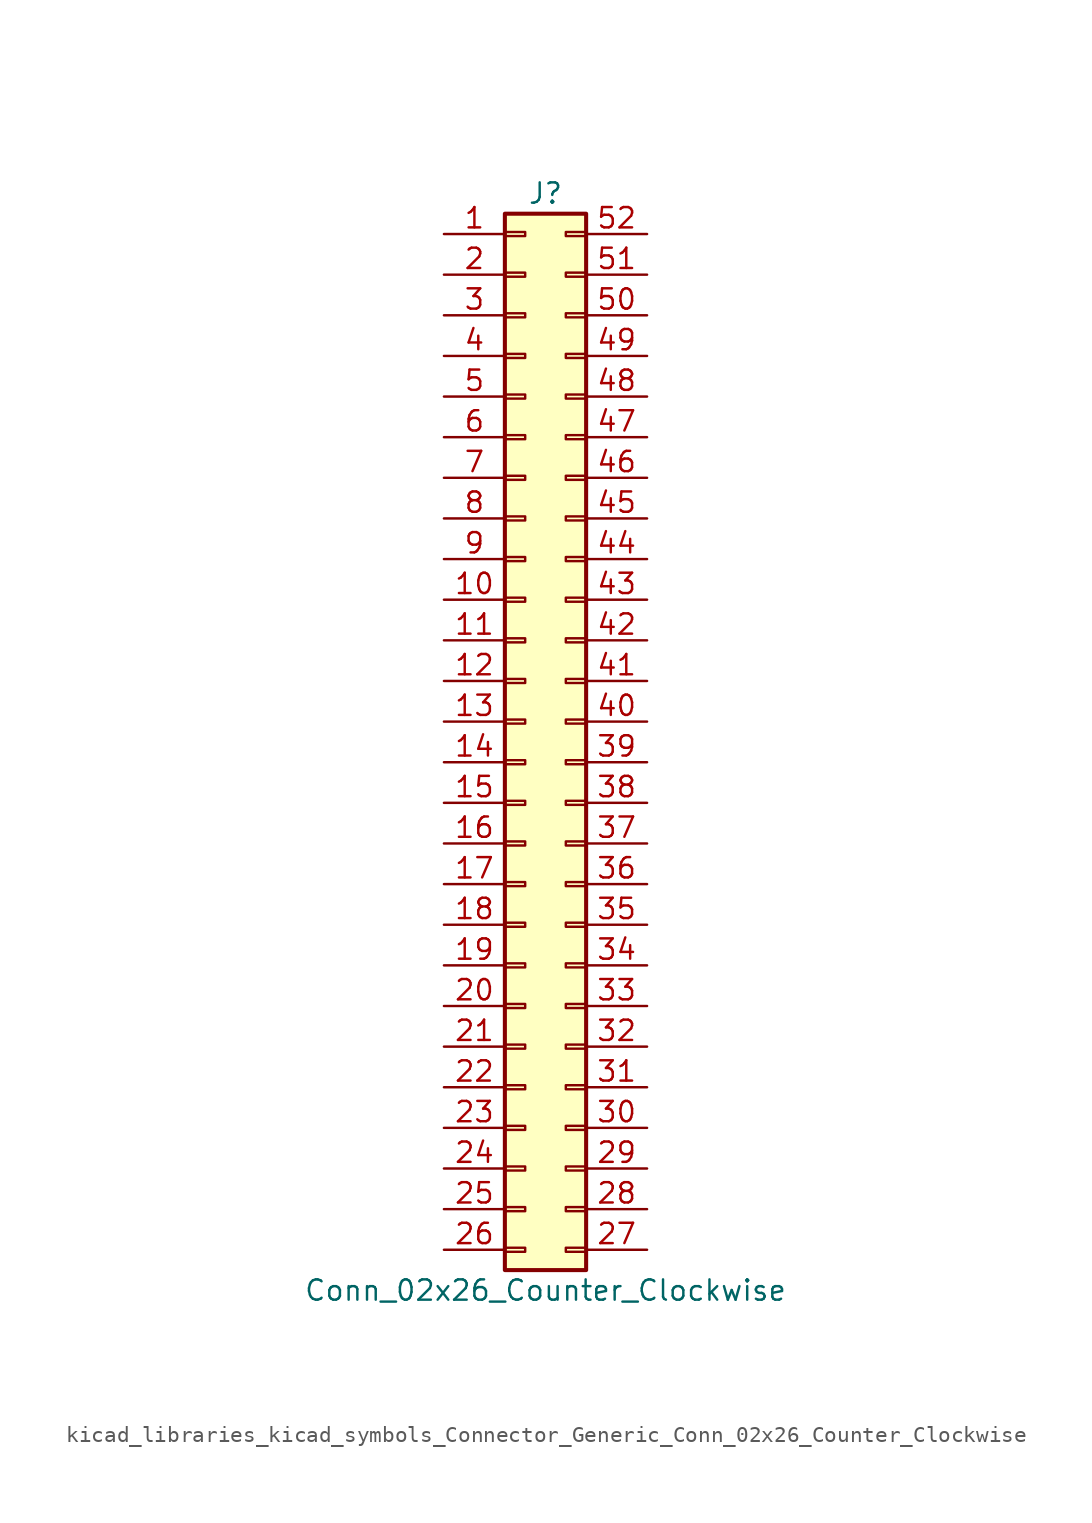
<source format=kicad_sym>
(kicad_symbol_lib
  (version 20220914)
  (generator kicad_symbol_editor)
  (symbol "kicad_libraries_kicad_symbols_Connector_Generic_Conn_02x26_Counter_Clockwise"
    (pin_names
      (offset 1.016) hide)
    (property "Reference" "J"
      (at 1.27 33.02 0)
      (effects (font (size 1.27 1.27))))
    (property "Value" "Conn_02x26_Counter_Clockwise"
      (at 1.27 -35.56 0)
      (effects (font (size 1.27 1.27))))
    (symbol "kicad_libraries_kicad_symbols_Connector_Generic_Conn_02x26_Counter_Clockwise_1_1"
      (rectangle (start -1.27 -32.893) (end 0 -33.147) (stroke (width 0.152) (type default)) (fill (type none)))
      (rectangle (start -1.27 -30.353) (end 0 -30.607) (stroke (width 0.152) (type default)) (fill (type none)))
      (rectangle (start -1.27 -27.813) (end 0 -28.067) (stroke (width 0.152) (type default)) (fill (type none)))
      (rectangle (start -1.27 -25.273) (end 0 -25.527) (stroke (width 0.152) (type default)) (fill (type none)))
      (rectangle (start -1.27 -22.733) (end 0 -22.987) (stroke (width 0.152) (type default)) (fill (type none)))
      (rectangle (start -1.27 -20.193) (end 0 -20.447) (stroke (width 0.152) (type default)) (fill (type none)))
      (rectangle (start -1.27 -17.653) (end 0 -17.907) (stroke (width 0.152) (type default)) (fill (type none)))
      (rectangle (start -1.27 -15.113) (end 0 -15.367) (stroke (width 0.152) (type default)) (fill (type none)))
      (rectangle (start -1.27 -12.573) (end 0 -12.827) (stroke (width 0.152) (type default)) (fill (type none)))
      (rectangle (start -1.27 -10.033) (end 0 -10.287) (stroke (width 0.152) (type default)) (fill (type none)))
      (rectangle (start -1.27 -7.493) (end 0 -7.747) (stroke (width 0.152) (type default)) (fill (type none)))
      (rectangle (start -1.27 -4.953) (end 0 -5.207) (stroke (width 0.152) (type default)) (fill (type none)))
      (rectangle (start -1.27 -2.413) (end 0 -2.667) (stroke (width 0.152) (type default)) (fill (type none)))
      (rectangle (start -1.27 0.127) (end 0 -0.127) (stroke (width 0.152) (type default)) (fill (type none)))
      (rectangle (start -1.27 2.667) (end 0 2.413) (stroke (width 0.152) (type default)) (fill (type none)))
      (rectangle (start -1.27 5.207) (end 0 4.953) (stroke (width 0.152) (type default)) (fill (type none)))
      (rectangle (start -1.27 7.747) (end 0 7.493) (stroke (width 0.152) (type default)) (fill (type none)))
      (rectangle (start -1.27 10.287) (end 0 10.033) (stroke (width 0.152) (type default)) (fill (type none)))
      (rectangle (start -1.27 12.827) (end 0 12.573) (stroke (width 0.152) (type default)) (fill (type none)))
      (rectangle (start -1.27 15.367) (end 0 15.113) (stroke (width 0.152) (type default)) (fill (type none)))
      (rectangle (start -1.27 17.907) (end 0 17.653) (stroke (width 0.152) (type default)) (fill (type none)))
      (rectangle (start -1.27 20.447) (end 0 20.193) (stroke (width 0.152) (type default)) (fill (type none)))
      (rectangle (start -1.27 22.987) (end 0 22.733) (stroke (width 0.152) (type default)) (fill (type none)))
      (rectangle (start -1.27 25.527) (end 0 25.273) (stroke (width 0.152) (type default)) (fill (type none)))
      (rectangle (start -1.27 28.067) (end 0 27.813) (stroke (width 0.152) (type default)) (fill (type none)))
      (rectangle (start -1.27 30.607) (end 0 30.353) (stroke (width 0.152) (type default)) (fill (type none)))
      (rectangle (start -1.27 31.75) (end 3.81 -34.29) (stroke (width 0.254) (type default)) (fill (type background)))
      (rectangle (start 3.81 -32.893) (end 2.54 -33.147) (stroke (width 0.152) (type default)) (fill (type none)))
      (rectangle (start 3.81 -30.353) (end 2.54 -30.607) (stroke (width 0.152) (type default)) (fill (type none)))
      (rectangle (start 3.81 -27.813) (end 2.54 -28.067) (stroke (width 0.152) (type default)) (fill (type none)))
      (rectangle (start 3.81 -25.273) (end 2.54 -25.527) (stroke (width 0.152) (type default)) (fill (type none)))
      (rectangle (start 3.81 -22.733) (end 2.54 -22.987) (stroke (width 0.152) (type default)) (fill (type none)))
      (rectangle (start 3.81 -20.193) (end 2.54 -20.447) (stroke (width 0.152) (type default)) (fill (type none)))
      (rectangle (start 3.81 -17.653) (end 2.54 -17.907) (stroke (width 0.152) (type default)) (fill (type none)))
      (rectangle (start 3.81 -15.113) (end 2.54 -15.367) (stroke (width 0.152) (type default)) (fill (type none)))
      (rectangle (start 3.81 -12.573) (end 2.54 -12.827) (stroke (width 0.152) (type default)) (fill (type none)))
      (rectangle (start 3.81 -10.033) (end 2.54 -10.287) (stroke (width 0.152) (type default)) (fill (type none)))
      (rectangle (start 3.81 -7.493) (end 2.54 -7.747) (stroke (width 0.152) (type default)) (fill (type none)))
      (rectangle (start 3.81 -4.953) (end 2.54 -5.207) (stroke (width 0.152) (type default)) (fill (type none)))
      (rectangle (start 3.81 -2.413) (end 2.54 -2.667) (stroke (width 0.152) (type default)) (fill (type none)))
      (rectangle (start 3.81 0.127) (end 2.54 -0.127) (stroke (width 0.152) (type default)) (fill (type none)))
      (rectangle (start 3.81 2.667) (end 2.54 2.413) (stroke (width 0.152) (type default)) (fill (type none)))
      (rectangle (start 3.81 5.207) (end 2.54 4.953) (stroke (width 0.152) (type default)) (fill (type none)))
      (rectangle (start 3.81 7.747) (end 2.54 7.493) (stroke (width 0.152) (type default)) (fill (type none)))
      (rectangle (start 3.81 10.287) (end 2.54 10.033) (stroke (width 0.152) (type default)) (fill (type none)))
      (rectangle (start 3.81 12.827) (end 2.54 12.573) (stroke (width 0.152) (type default)) (fill (type none)))
      (rectangle (start 3.81 15.367) (end 2.54 15.113) (stroke (width 0.152) (type default)) (fill (type none)))
      (rectangle (start 3.81 17.907) (end 2.54 17.653) (stroke (width 0.152) (type default)) (fill (type none)))
      (rectangle (start 3.81 20.447) (end 2.54 20.193) (stroke (width 0.152) (type default)) (fill (type none)))
      (rectangle (start 3.81 22.987) (end 2.54 22.733) (stroke (width 0.152) (type default)) (fill (type none)))
      (rectangle (start 3.81 25.527) (end 2.54 25.273) (stroke (width 0.152) (type default)) (fill (type none)))
      (rectangle (start 3.81 28.067) (end 2.54 27.813) (stroke (width 0.152) (type default)) (fill (type none)))
      (rectangle (start 3.81 30.607) (end 2.54 30.353) (stroke (width 0.152) (type default)) (fill (type none)))
      (pin passive line (at -5.08 30.48 0) (length 3.81) (name "Pin_1" (effects (font (size 1.27 1.27)))) (number "1" (effects (font (size 1.27 1.27)))))
      (pin passive line (at -5.08 7.62 0) (length 3.81) (name "Pin_10" (effects (font (size 1.27 1.27)))) (number "10" (effects (font (size 1.27 1.27)))))
      (pin passive line (at -5.08 5.08 0) (length 3.81) (name "Pin_11" (effects (font (size 1.27 1.27)))) (number "11" (effects (font (size 1.27 1.27)))))
      (pin passive line (at -5.08 2.54 0) (length 3.81) (name "Pin_12" (effects (font (size 1.27 1.27)))) (number "12" (effects (font (size 1.27 1.27)))))
      (pin passive line (at -5.08 0 0) (length 3.81) (name "Pin_13" (effects (font (size 1.27 1.27)))) (number "13" (effects (font (size 1.27 1.27)))))
      (pin passive line (at -5.08 -2.54 0) (length 3.81) (name "Pin_14" (effects (font (size 1.27 1.27)))) (number "14" (effects (font (size 1.27 1.27)))))
      (pin passive line (at -5.08 -5.08 0) (length 3.81) (name "Pin_15" (effects (font (size 1.27 1.27)))) (number "15" (effects (font (size 1.27 1.27)))))
      (pin passive line (at -5.08 -7.62 0) (length 3.81) (name "Pin_16" (effects (font (size 1.27 1.27)))) (number "16" (effects (font (size 1.27 1.27)))))
      (pin passive line (at -5.08 -10.16 0) (length 3.81) (name "Pin_17" (effects (font (size 1.27 1.27)))) (number "17" (effects (font (size 1.27 1.27)))))
      (pin passive line (at -5.08 -12.7 0) (length 3.81) (name "Pin_18" (effects (font (size 1.27 1.27)))) (number "18" (effects (font (size 1.27 1.27)))))
      (pin passive line (at -5.08 -15.24 0) (length 3.81) (name "Pin_19" (effects (font (size 1.27 1.27)))) (number "19" (effects (font (size 1.27 1.27)))))
      (pin passive line (at -5.08 27.94 0) (length 3.81) (name "Pin_2" (effects (font (size 1.27 1.27)))) (number "2" (effects (font (size 1.27 1.27)))))
      (pin passive line (at -5.08 -17.78 0) (length 3.81) (name "Pin_20" (effects (font (size 1.27 1.27)))) (number "20" (effects (font (size 1.27 1.27)))))
      (pin passive line (at -5.08 -20.32 0) (length 3.81) (name "Pin_21" (effects (font (size 1.27 1.27)))) (number "21" (effects (font (size 1.27 1.27)))))
      (pin passive line (at -5.08 -22.86 0) (length 3.81) (name "Pin_22" (effects (font (size 1.27 1.27)))) (number "22" (effects (font (size 1.27 1.27)))))
      (pin passive line (at -5.08 -25.4 0) (length 3.81) (name "Pin_23" (effects (font (size 1.27 1.27)))) (number "23" (effects (font (size 1.27 1.27)))))
      (pin passive line (at -5.08 -27.94 0) (length 3.81) (name "Pin_24" (effects (font (size 1.27 1.27)))) (number "24" (effects (font (size 1.27 1.27)))))
      (pin passive line (at -5.08 -30.48 0) (length 3.81) (name "Pin_25" (effects (font (size 1.27 1.27)))) (number "25" (effects (font (size 1.27 1.27)))))
      (pin passive line (at -5.08 -33.02 0) (length 3.81) (name "Pin_26" (effects (font (size 1.27 1.27)))) (number "26" (effects (font (size 1.27 1.27)))))
      (pin passive line (at 7.62 -33.02 180) (length 3.81) (name "Pin_27" (effects (font (size 1.27 1.27)))) (number "27" (effects (font (size 1.27 1.27)))))
      (pin passive line (at 7.62 -30.48 180) (length 3.81) (name "Pin_28" (effects (font (size 1.27 1.27)))) (number "28" (effects (font (size 1.27 1.27)))))
      (pin passive line (at 7.62 -27.94 180) (length 3.81) (name "Pin_29" (effects (font (size 1.27 1.27)))) (number "29" (effects (font (size 1.27 1.27)))))
      (pin passive line (at -5.08 25.4 0) (length 3.81) (name "Pin_3" (effects (font (size 1.27 1.27)))) (number "3" (effects (font (size 1.27 1.27)))))
      (pin passive line (at 7.62 -25.4 180) (length 3.81) (name "Pin_30" (effects (font (size 1.27 1.27)))) (number "30" (effects (font (size 1.27 1.27)))))
      (pin passive line (at 7.62 -22.86 180) (length 3.81) (name "Pin_31" (effects (font (size 1.27 1.27)))) (number "31" (effects (font (size 1.27 1.27)))))
      (pin passive line (at 7.62 -20.32 180) (length 3.81) (name "Pin_32" (effects (font (size 1.27 1.27)))) (number "32" (effects (font (size 1.27 1.27)))))
      (pin passive line (at 7.62 -17.78 180) (length 3.81) (name "Pin_33" (effects (font (size 1.27 1.27)))) (number "33" (effects (font (size 1.27 1.27)))))
      (pin passive line (at 7.62 -15.24 180) (length 3.81) (name "Pin_34" (effects (font (size 1.27 1.27)))) (number "34" (effects (font (size 1.27 1.27)))))
      (pin passive line (at 7.62 -12.7 180) (length 3.81) (name "Pin_35" (effects (font (size 1.27 1.27)))) (number "35" (effects (font (size 1.27 1.27)))))
      (pin passive line (at 7.62 -10.16 180) (length 3.81) (name "Pin_36" (effects (font (size 1.27 1.27)))) (number "36" (effects (font (size 1.27 1.27)))))
      (pin passive line (at 7.62 -7.62 180) (length 3.81) (name "Pin_37" (effects (font (size 1.27 1.27)))) (number "37" (effects (font (size 1.27 1.27)))))
      (pin passive line (at 7.62 -5.08 180) (length 3.81) (name "Pin_38" (effects (font (size 1.27 1.27)))) (number "38" (effects (font (size 1.27 1.27)))))
      (pin passive line (at 7.62 -2.54 180) (length 3.81) (name "Pin_39" (effects (font (size 1.27 1.27)))) (number "39" (effects (font (size 1.27 1.27)))))
      (pin passive line (at -5.08 22.86 0) (length 3.81) (name "Pin_4" (effects (font (size 1.27 1.27)))) (number "4" (effects (font (size 1.27 1.27)))))
      (pin passive line (at 7.62 0 180) (length 3.81) (name "Pin_40" (effects (font (size 1.27 1.27)))) (number "40" (effects (font (size 1.27 1.27)))))
      (pin passive line (at 7.62 2.54 180) (length 3.81) (name "Pin_41" (effects (font (size 1.27 1.27)))) (number "41" (effects (font (size 1.27 1.27)))))
      (pin passive line (at 7.62 5.08 180) (length 3.81) (name "Pin_42" (effects (font (size 1.27 1.27)))) (number "42" (effects (font (size 1.27 1.27)))))
      (pin passive line (at 7.62 7.62 180) (length 3.81) (name "Pin_43" (effects (font (size 1.27 1.27)))) (number "43" (effects (font (size 1.27 1.27)))))
      (pin passive line (at 7.62 10.16 180) (length 3.81) (name "Pin_44" (effects (font (size 1.27 1.27)))) (number "44" (effects (font (size 1.27 1.27)))))
      (pin passive line (at 7.62 12.7 180) (length 3.81) (name "Pin_45" (effects (font (size 1.27 1.27)))) (number "45" (effects (font (size 1.27 1.27)))))
      (pin passive line (at 7.62 15.24 180) (length 3.81) (name "Pin_46" (effects (font (size 1.27 1.27)))) (number "46" (effects (font (size 1.27 1.27)))))
      (pin passive line (at 7.62 17.78 180) (length 3.81) (name "Pin_47" (effects (font (size 1.27 1.27)))) (number "47" (effects (font (size 1.27 1.27)))))
      (pin passive line (at 7.62 20.32 180) (length 3.81) (name "Pin_48" (effects (font (size 1.27 1.27)))) (number "48" (effects (font (size 1.27 1.27)))))
      (pin passive line (at 7.62 22.86 180) (length 3.81) (name "Pin_49" (effects (font (size 1.27 1.27)))) (number "49" (effects (font (size 1.27 1.27)))))
      (pin passive line (at -5.08 20.32 0) (length 3.81) (name "Pin_5" (effects (font (size 1.27 1.27)))) (number "5" (effects (font (size 1.27 1.27)))))
      (pin passive line (at 7.62 25.4 180) (length 3.81) (name "Pin_50" (effects (font (size 1.27 1.27)))) (number "50" (effects (font (size 1.27 1.27)))))
      (pin passive line (at 7.62 27.94 180) (length 3.81) (name "Pin_51" (effects (font (size 1.27 1.27)))) (number "51" (effects (font (size 1.27 1.27)))))
      (pin passive line (at 7.62 30.48 180) (length 3.81) (name "Pin_52" (effects (font (size 1.27 1.27)))) (number "52" (effects (font (size 1.27 1.27)))))
      (pin passive line (at -5.08 17.78 0) (length 3.81) (name "Pin_6" (effects (font (size 1.27 1.27)))) (number "6" (effects (font (size 1.27 1.27)))))
      (pin passive line (at -5.08 15.24 0) (length 3.81) (name "Pin_7" (effects (font (size 1.27 1.27)))) (number "7" (effects (font (size 1.27 1.27)))))
      (pin passive line (at -5.08 12.7 0) (length 3.81) (name "Pin_8" (effects (font (size 1.27 1.27)))) (number "8" (effects (font (size 1.27 1.27)))))
      (pin passive line (at -5.08 10.16 0) (length 3.81) (name "Pin_9" (effects (font (size 1.27 1.27)))) (number "9" (effects (font (size 1.27 1.27))))))))
</source>
